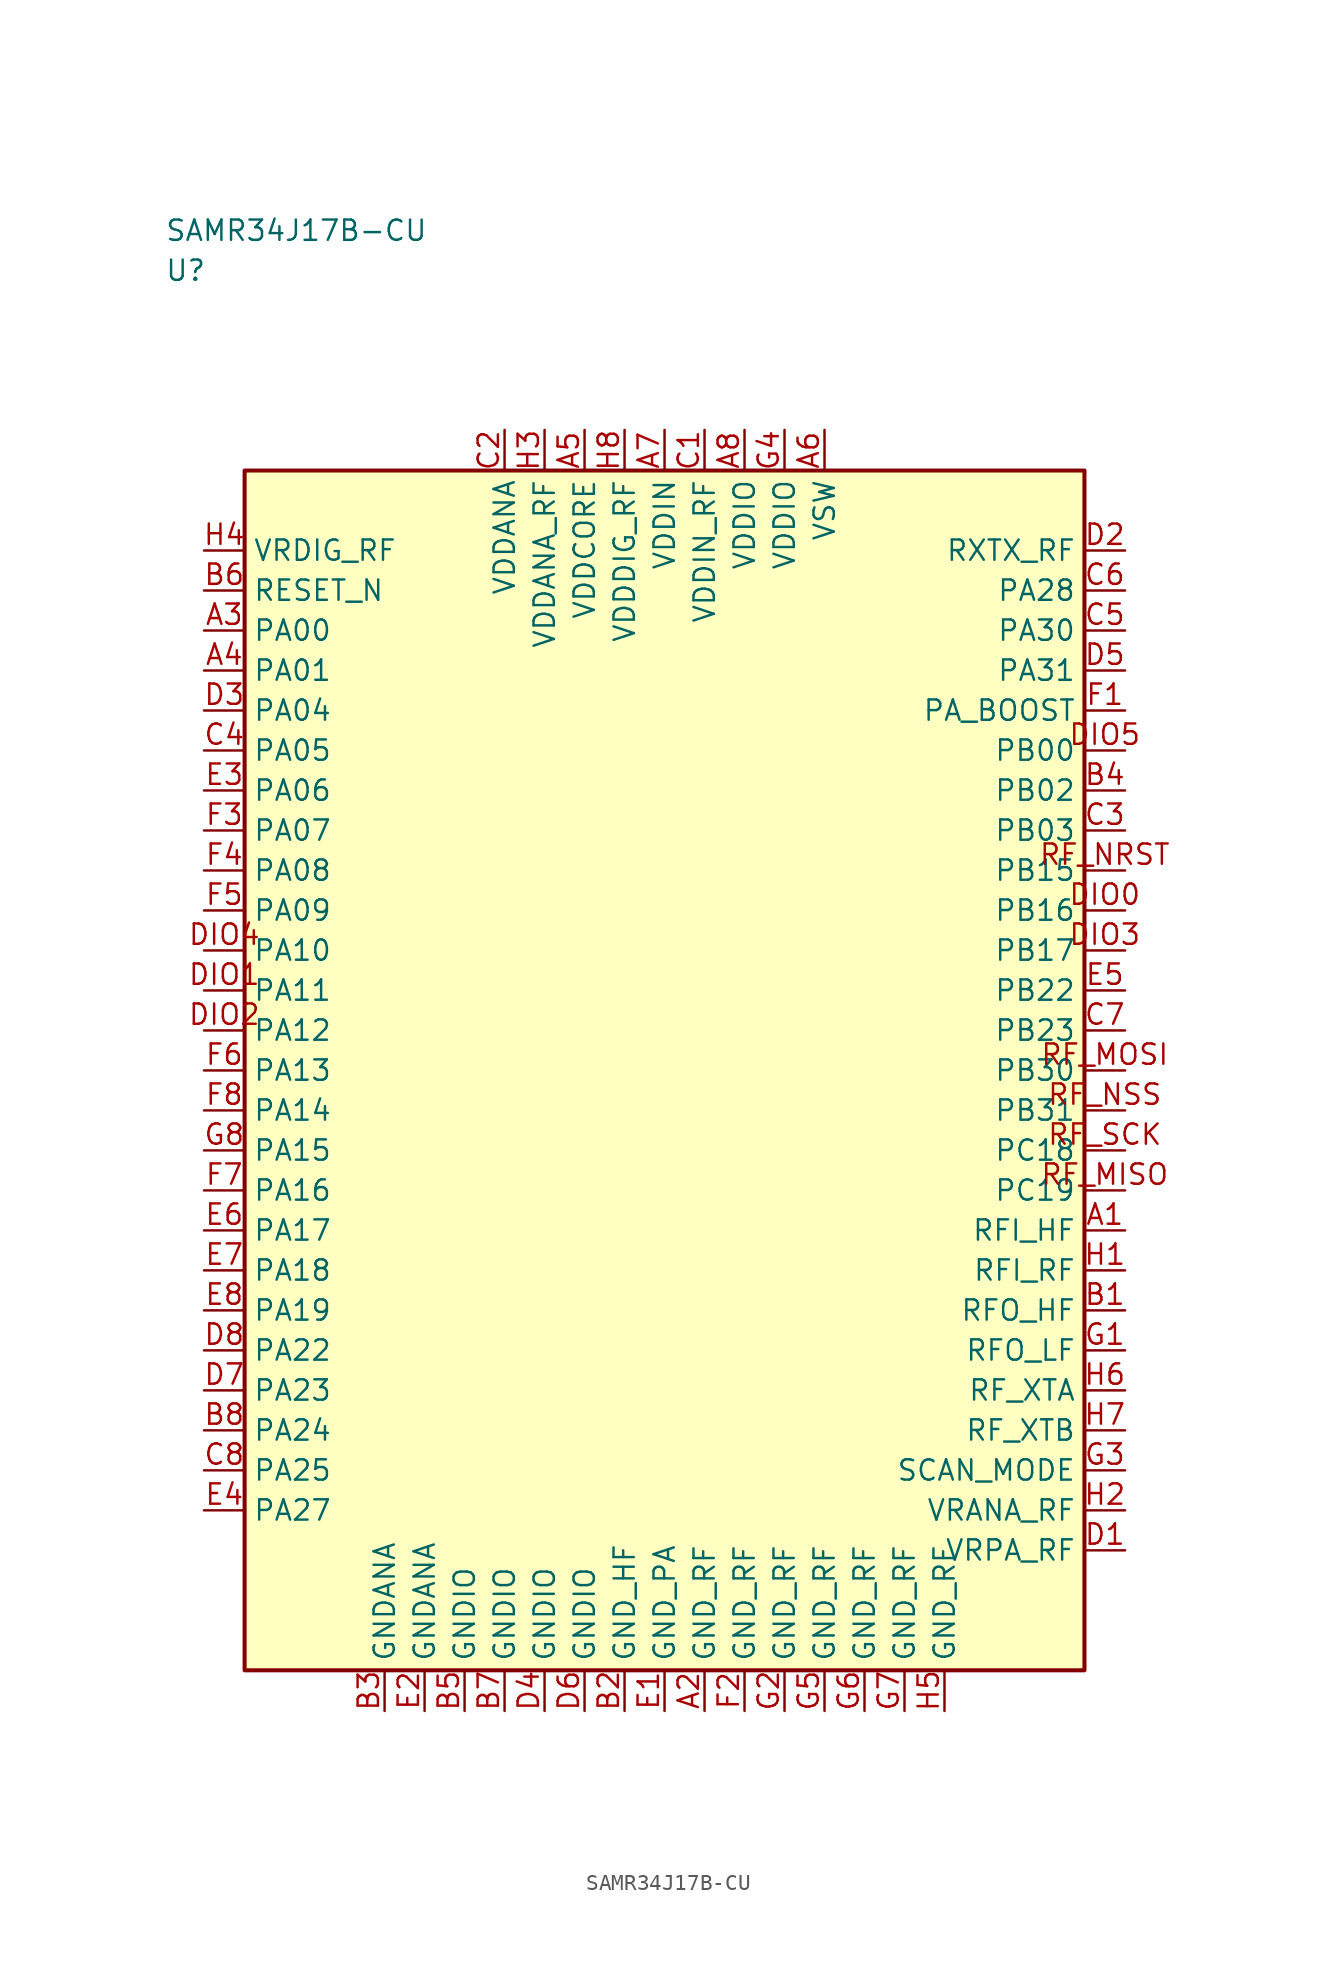
<source format=kicad_sym>
(kicad_symbol_lib
  (version 20241025)
  (generator "kicad_symbol_editor")
  (generator_version "8.0")
  (symbol "SAMR34J17B-CU"
    (property "Reference" "U"
      (at -31.25 50.0 0)
      (effects (font (size 1.27 1.27)) (justify left)))
    (property "Value" "SAMR34J17B-CU"
      (at -31.25 52.5 0)
      (effects (font (size 1.27 1.27)) (justify left)))
    (symbol "SAMR34J17B-CU_0_1"
      (rectangle (start -26.25 37.5) (end 26.25 -37.5) (stroke (width 0.254) (type default)) (fill (type background))))
    (symbol "SAMR34J17B-CU_1_1"
      (pin bidirectional line (at 28.79 10.0 180.0) (length 2.54) (name "PB16" (effects (font (size 1.27 1.27)))) (number "DIO0" (effects (font (size 1.27 1.27)))))
      (pin bidirectional line (at -28.79 5.0 0.0) (length 2.54) (name "PA11" (effects (font (size 1.27 1.27)))) (number "DIO1" (effects (font (size 1.27 1.27)))))
      (pin bidirectional line (at -28.79 2.5 0.0) (length 2.54) (name "PA12" (effects (font (size 1.27 1.27)))) (number "DIO2" (effects (font (size 1.27 1.27)))))
      (pin bidirectional line (at 28.79 7.5 180.0) (length 2.54) (name "PB17" (effects (font (size 1.27 1.27)))) (number "DIO3" (effects (font (size 1.27 1.27)))))
      (pin bidirectional line (at -28.79 7.5 0.0) (length 2.54) (name "PA10" (effects (font (size 1.27 1.27)))) (number "DIO4" (effects (font (size 1.27 1.27)))))
      (pin bidirectional line (at 28.79 20.0 180.0) (length 2.54) (name "PB00" (effects (font (size 1.27 1.27)))) (number "DIO5" (effects (font (size 1.27 1.27)))))
      (pin bidirectional line (at 28.79 -7.5 180.0) (length 2.54) (name "PC19" (effects (font (size 1.27 1.27)))) (number "RF_MISO" (effects (font (size 1.27 1.27)))))
      (pin bidirectional line (at 28.79 0.0 180.0) (length 2.54) (name "PB30" (effects (font (size 1.27 1.27)))) (number "RF_MOSI" (effects (font (size 1.27 1.27)))))
      (pin bidirectional line (at 28.79 12.5 180.0) (length 2.54) (name "PB15" (effects (font (size 1.27 1.27)))) (number "RF_NRST" (effects (font (size 1.27 1.27)))))
      (pin bidirectional line (at 28.79 -2.5 180.0) (length 2.54) (name "PB31" (effects (font (size 1.27 1.27)))) (number "RF_NSS" (effects (font (size 1.27 1.27)))))
      (pin bidirectional line (at 28.79 -5.0 180.0) (length 2.54) (name "PC18" (effects (font (size 1.27 1.27)))) (number "RF_SCK" (effects (font (size 1.27 1.27)))))
      (pin bidirectional line (at 28.79 -10.0 180.0) (length 2.54) (name "RFI_HF" (effects (font (size 1.27 1.27)))) (number "A1" (effects (font (size 1.27 1.27)))))
      (pin passive line (at 2.5 -40.04 90.0) (length 2.54) (name "GND_RF" (effects (font (size 1.27 1.27)))) (number "A2" (effects (font (size 1.27 1.27)))))
      (pin bidirectional line (at -28.79 27.5 0.0) (length 2.54) (name "PA00" (effects (font (size 1.27 1.27)))) (number "A3" (effects (font (size 1.27 1.27)))))
      (pin bidirectional line (at -28.79 25.0 0.0) (length 2.54) (name "PA01" (effects (font (size 1.27 1.27)))) (number "A4" (effects (font (size 1.27 1.27)))))
      (pin power_in line (at -5.0 40.04 270.0) (length 2.54) (name "VDDCORE" (effects (font (size 1.27 1.27)))) (number "A5" (effects (font (size 1.27 1.27)))))
      (pin power_in line (at 10.0 40.04 270.0) (length 2.54) (name "VSW" (effects (font (size 1.27 1.27)))) (number "A6" (effects (font (size 1.27 1.27)))))
      (pin power_in line (at 0.0 40.04 270.0) (length 2.54) (name "VDDIN" (effects (font (size 1.27 1.27)))) (number "A7" (effects (font (size 1.27 1.27)))))
      (pin power_in line (at 5.0 40.04 270.0) (length 2.54) (name "VDDIO" (effects (font (size 1.27 1.27)))) (number "A8" (effects (font (size 1.27 1.27)))))
      (pin bidirectional line (at 28.79 -15.0 180.0) (length 2.54) (name "RFO_HF" (effects (font (size 1.27 1.27)))) (number "B1" (effects (font (size 1.27 1.27)))))
      (pin passive line (at -2.5 -40.04 90.0) (length 2.54) (name "GND_HF" (effects (font (size 1.27 1.27)))) (number "B2" (effects (font (size 1.27 1.27)))))
      (pin passive line (at -17.5 -40.04 90.0) (length 2.54) (name "GNDANA" (effects (font (size 1.27 1.27)))) (number "B3" (effects (font (size 1.27 1.27)))))
      (pin bidirectional line (at 28.79 17.5 180.0) (length 2.54) (name "PB02" (effects (font (size 1.27 1.27)))) (number "B4" (effects (font (size 1.27 1.27)))))
      (pin passive line (at -12.5 -40.04 90.0) (length 2.54) (name "GNDIO" (effects (font (size 1.27 1.27)))) (number "B5" (effects (font (size 1.27 1.27)))))
      (pin input line (at -28.79 30.0 0.0) (length 2.54) (name "RESET_N" (effects (font (size 1.27 1.27)))) (number "B6" (effects (font (size 1.27 1.27)))))
      (pin passive line (at -10.0 -40.04 90.0) (length 2.54) (name "GNDIO" (effects (font (size 1.27 1.27)))) (number "B7" (effects (font (size 1.27 1.27)))))
      (pin bidirectional line (at -28.79 -22.5 0.0) (length 2.54) (name "PA24" (effects (font (size 1.27 1.27)))) (number "B8" (effects (font (size 1.27 1.27)))))
      (pin power_in line (at 2.5 40.04 270.0) (length 2.54) (name "VDDIN_RF" (effects (font (size 1.27 1.27)))) (number "C1" (effects (font (size 1.27 1.27)))))
      (pin power_in line (at -10.0 40.04 270.0) (length 2.54) (name "VDDANA" (effects (font (size 1.27 1.27)))) (number "C2" (effects (font (size 1.27 1.27)))))
      (pin bidirectional line (at 28.79 15.0 180.0) (length 2.54) (name "PB03" (effects (font (size 1.27 1.27)))) (number "C3" (effects (font (size 1.27 1.27)))))
      (pin bidirectional line (at -28.79 20.0 0.0) (length 2.54) (name "PA05" (effects (font (size 1.27 1.27)))) (number "C4" (effects (font (size 1.27 1.27)))))
      (pin bidirectional line (at 28.79 27.5 180.0) (length 2.54) (name "PA30" (effects (font (size 1.27 1.27)))) (number "C5" (effects (font (size 1.27 1.27)))))
      (pin bidirectional line (at 28.79 30.0 180.0) (length 2.54) (name "PA28" (effects (font (size 1.27 1.27)))) (number "C6" (effects (font (size 1.27 1.27)))))
      (pin bidirectional line (at 28.79 2.5 180.0) (length 2.54) (name "PB23" (effects (font (size 1.27 1.27)))) (number "C7" (effects (font (size 1.27 1.27)))))
      (pin bidirectional line (at -28.79 -25.0 0.0) (length 2.54) (name "PA25" (effects (font (size 1.27 1.27)))) (number "C8" (effects (font (size 1.27 1.27)))))
      (pin bidirectional line (at 28.79 -30.0 180.0) (length 2.54) (name "VRPA_RF" (effects (font (size 1.27 1.27)))) (number "D1" (effects (font (size 1.27 1.27)))))
      (pin output line (at 28.79 32.5 180.0) (length 2.54) (name "RXTX_RF" (effects (font (size 1.27 1.27)))) (number "D2" (effects (font (size 1.27 1.27)))))
      (pin bidirectional line (at -28.79 22.5 0.0) (length 2.54) (name "PA04" (effects (font (size 1.27 1.27)))) (number "D3" (effects (font (size 1.27 1.27)))))
      (pin passive line (at -7.5 -40.04 90.0) (length 2.54) (name "GNDIO" (effects (font (size 1.27 1.27)))) (number "D4" (effects (font (size 1.27 1.27)))))
      (pin bidirectional line (at 28.79 25.0 180.0) (length 2.54) (name "PA31" (effects (font (size 1.27 1.27)))) (number "D5" (effects (font (size 1.27 1.27)))))
      (pin passive line (at -5.0 -40.04 90.0) (length 2.54) (name "GNDIO" (effects (font (size 1.27 1.27)))) (number "D6" (effects (font (size 1.27 1.27)))))
      (pin bidirectional line (at -28.79 -20.0 0.0) (length 2.54) (name "PA23" (effects (font (size 1.27 1.27)))) (number "D7" (effects (font (size 1.27 1.27)))))
      (pin bidirectional line (at -28.79 -17.5 0.0) (length 2.54) (name "PA22" (effects (font (size 1.27 1.27)))) (number "D8" (effects (font (size 1.27 1.27)))))
      (pin passive line (at 0.0 -40.04 90.0) (length 2.54) (name "GND_PA" (effects (font (size 1.27 1.27)))) (number "E1" (effects (font (size 1.27 1.27)))))
      (pin passive line (at -15.0 -40.04 90.0) (length 2.54) (name "GNDANA" (effects (font (size 1.27 1.27)))) (number "E2" (effects (font (size 1.27 1.27)))))
      (pin bidirectional line (at -28.79 17.5 0.0) (length 2.54) (name "PA06" (effects (font (size 1.27 1.27)))) (number "E3" (effects (font (size 1.27 1.27)))))
      (pin bidirectional line (at -28.79 -27.5 0.0) (length 2.54) (name "PA27" (effects (font (size 1.27 1.27)))) (number "E4" (effects (font (size 1.27 1.27)))))
      (pin bidirectional line (at 28.79 5.0 180.0) (length 2.54) (name "PB22" (effects (font (size 1.27 1.27)))) (number "E5" (effects (font (size 1.27 1.27)))))
      (pin bidirectional line (at -28.79 -10.0 0.0) (length 2.54) (name "PA17" (effects (font (size 1.27 1.27)))) (number "E6" (effects (font (size 1.27 1.27)))))
      (pin bidirectional line (at -28.79 -12.5 0.0) (length 2.54) (name "PA18" (effects (font (size 1.27 1.27)))) (number "E7" (effects (font (size 1.27 1.27)))))
      (pin bidirectional line (at -28.79 -15.0 0.0) (length 2.54) (name "PA19" (effects (font (size 1.27 1.27)))) (number "E8" (effects (font (size 1.27 1.27)))))
      (pin bidirectional line (at 28.79 22.5 180.0) (length 2.54) (name "PA_BOOST" (effects (font (size 1.27 1.27)))) (number "F1" (effects (font (size 1.27 1.27)))))
      (pin passive line (at 5.0 -40.04 90.0) (length 2.54) (name "GND_RF" (effects (font (size 1.27 1.27)))) (number "F2" (effects (font (size 1.27 1.27)))))
      (pin bidirectional line (at -28.79 15.0 0.0) (length 2.54) (name "PA07" (effects (font (size 1.27 1.27)))) (number "F3" (effects (font (size 1.27 1.27)))))
      (pin bidirectional line (at -28.79 12.5 0.0) (length 2.54) (name "PA08" (effects (font (size 1.27 1.27)))) (number "F4" (effects (font (size 1.27 1.27)))))
      (pin bidirectional line (at -28.79 10.0 0.0) (length 2.54) (name "PA09" (effects (font (size 1.27 1.27)))) (number "F5" (effects (font (size 1.27 1.27)))))
      (pin bidirectional line (at -28.79 0.0 0.0) (length 2.54) (name "PA13" (effects (font (size 1.27 1.27)))) (number "F6" (effects (font (size 1.27 1.27)))))
      (pin bidirectional line (at -28.79 -7.5 0.0) (length 2.54) (name "PA16" (effects (font (size 1.27 1.27)))) (number "F7" (effects (font (size 1.27 1.27)))))
      (pin bidirectional line (at -28.79 -2.5 0.0) (length 2.54) (name "PA14" (effects (font (size 1.27 1.27)))) (number "F8" (effects (font (size 1.27 1.27)))))
      (pin bidirectional line (at 28.79 -17.5 180.0) (length 2.54) (name "RFO_LF" (effects (font (size 1.27 1.27)))) (number "G1" (effects (font (size 1.27 1.27)))))
      (pin passive line (at 7.5 -40.04 90.0) (length 2.54) (name "GND_RF" (effects (font (size 1.27 1.27)))) (number "G2" (effects (font (size 1.27 1.27)))))
      (pin bidirectional line (at 28.79 -25.0 180.0) (length 2.54) (name "SCAN_MODE" (effects (font (size 1.27 1.27)))) (number "G3" (effects (font (size 1.27 1.27)))))
      (pin power_in line (at 7.5 40.04 270.0) (length 2.54) (name "VDDIO" (effects (font (size 1.27 1.27)))) (number "G4" (effects (font (size 1.27 1.27)))))
      (pin passive line (at 10.0 -40.04 90.0) (length 2.54) (name "GND_RF" (effects (font (size 1.27 1.27)))) (number "G5" (effects (font (size 1.27 1.27)))))
      (pin passive line (at 12.5 -40.04 90.0) (length 2.54) (name "GND_RF" (effects (font (size 1.27 1.27)))) (number "G6" (effects (font (size 1.27 1.27)))))
      (pin passive line (at 15.0 -40.04 90.0) (length 2.54) (name "GND_RF" (effects (font (size 1.27 1.27)))) (number "G7" (effects (font (size 1.27 1.27)))))
      (pin bidirectional line (at -28.79 -5.0 0.0) (length 2.54) (name "PA15" (effects (font (size 1.27 1.27)))) (number "G8" (effects (font (size 1.27 1.27)))))
      (pin bidirectional line (at 28.79 -12.5 180.0) (length 2.54) (name "RFI_RF" (effects (font (size 1.27 1.27)))) (number "H1" (effects (font (size 1.27 1.27)))))
      (pin bidirectional line (at 28.79 -27.5 180.0) (length 2.54) (name "VRANA_RF" (effects (font (size 1.27 1.27)))) (number "H2" (effects (font (size 1.27 1.27)))))
      (pin power_in line (at -7.5 40.04 270.0) (length 2.54) (name "VDDANA_RF" (effects (font (size 1.27 1.27)))) (number "H3" (effects (font (size 1.27 1.27)))))
      (pin input line (at -28.79 32.5 0.0) (length 2.54) (name "VRDIG_RF" (effects (font (size 1.27 1.27)))) (number "H4" (effects (font (size 1.27 1.27)))))
      (pin passive line (at 17.5 -40.04 90.0) (length 2.54) (name "GND_RF" (effects (font (size 1.27 1.27)))) (number "H5" (effects (font (size 1.27 1.27)))))
      (pin bidirectional line (at 28.79 -20.0 180.0) (length 2.54) (name "RF_XTA" (effects (font (size 1.27 1.27)))) (number "H6" (effects (font (size 1.27 1.27)))))
      (pin bidirectional line (at 28.79 -22.5 180.0) (length 2.54) (name "RF_XTB" (effects (font (size 1.27 1.27)))) (number "H7" (effects (font (size 1.27 1.27)))))
      (pin power_in line (at -2.5 40.04 270.0) (length 2.54) (name "VDDDIG_RF" (effects (font (size 1.27 1.27)))) (number "H8" (effects (font (size 1.27 1.27))))))))
</source>
